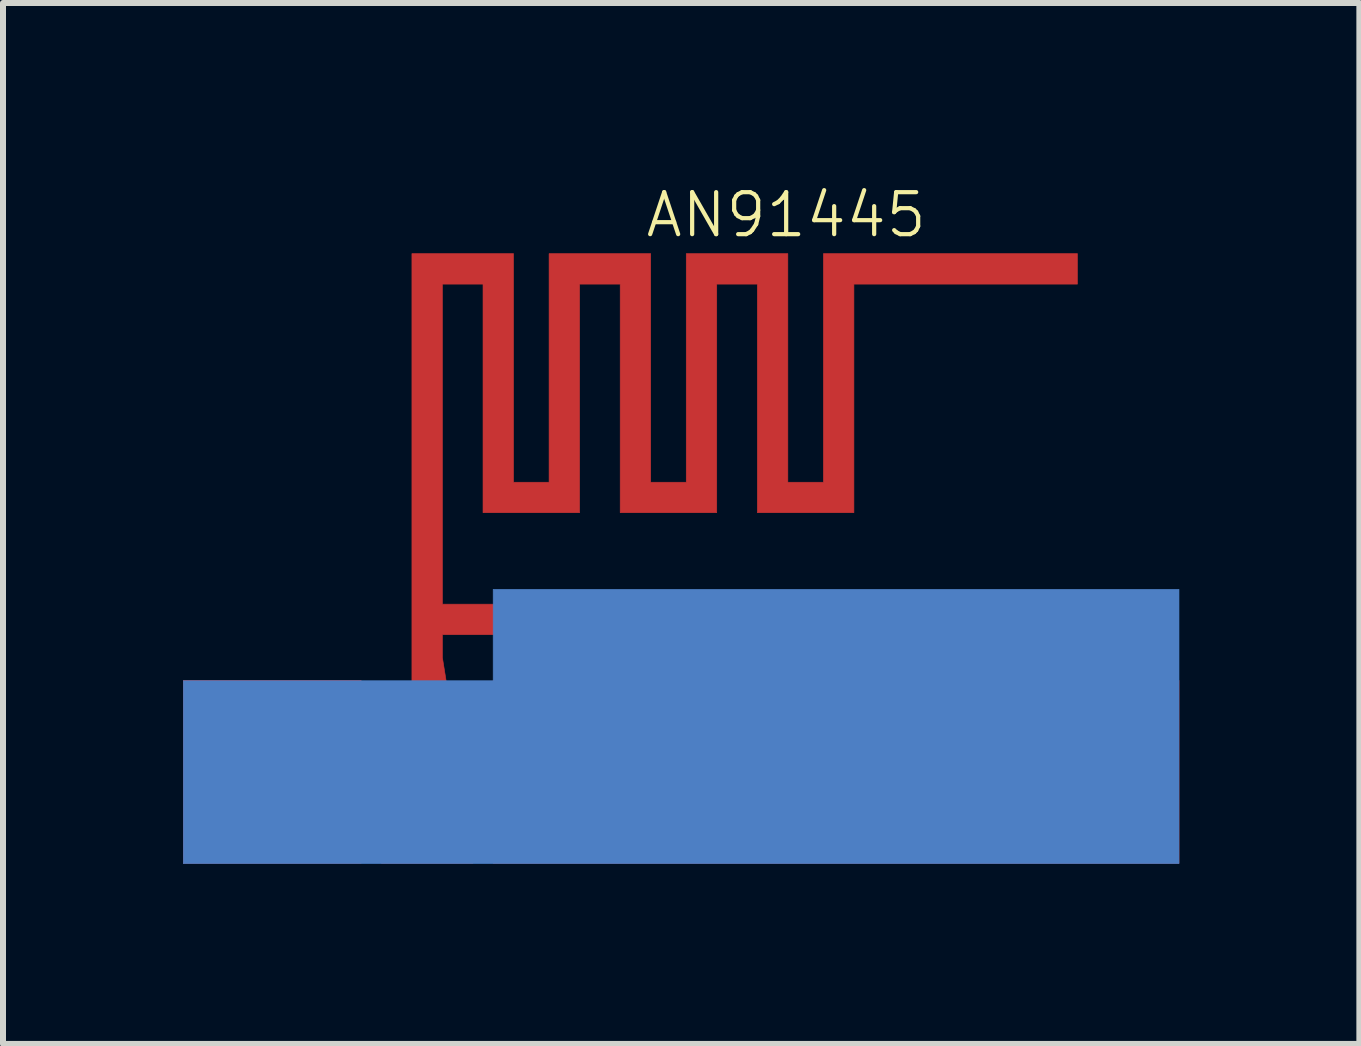
<source format=kicad_pcb>
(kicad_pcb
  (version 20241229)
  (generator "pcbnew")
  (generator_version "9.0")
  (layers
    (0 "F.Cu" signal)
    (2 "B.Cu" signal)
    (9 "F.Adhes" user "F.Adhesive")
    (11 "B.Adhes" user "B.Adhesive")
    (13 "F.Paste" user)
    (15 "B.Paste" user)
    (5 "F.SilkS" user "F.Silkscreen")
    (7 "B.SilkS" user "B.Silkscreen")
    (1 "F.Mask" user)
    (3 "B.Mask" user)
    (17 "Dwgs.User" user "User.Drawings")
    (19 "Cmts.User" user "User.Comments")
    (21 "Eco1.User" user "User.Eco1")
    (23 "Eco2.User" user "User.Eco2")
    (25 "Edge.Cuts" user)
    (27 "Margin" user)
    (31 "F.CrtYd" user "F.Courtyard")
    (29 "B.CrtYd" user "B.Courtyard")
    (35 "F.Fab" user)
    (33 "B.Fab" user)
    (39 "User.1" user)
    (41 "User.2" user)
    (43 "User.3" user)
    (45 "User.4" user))
  (footprint "AN91445"
    (layer "F.Cu")
    (at 8.302 6.257)
    (property "Reference" "AN91445" (at 1.75 -5.725 0) (layer "F.SilkS") (effects (font (size 0.7 0.7) (thickness 0.07))))
    (attr through_hole)
    (fp_poly (pts (xy -5.334 5.08) (xy -8.297 5.08) (xy -8.297 2.032) (xy -5.334 2.032) (xy -5.334 5.08)) (stroke (width 0.01) (type solid)) (fill yes) (layer "F.Cu"))
    (fp_poly (pts (xy 8.297 5.08) (xy -3.133 5.08) (xy -3.133 2.032) (xy 8.297 2.032) (xy 8.297 5.08)) (stroke (width 0.01) (type solid)) (fill yes) (layer "F.Cu"))
    (fp_poly (pts (xy -2.794 -1.27) (xy -2.201 -1.27) (xy -2.201 -5.08) (xy -0.508 -5.08) (xy -0.508 -1.27) (xy 0.085 -1.27) (xy 0.085 -5.08) (xy 1.778 -5.08) (xy 1.778 -1.27) (xy 2.371 -1.27) (xy 2.371 -5.08) (xy 6.604 -5.08) (xy 6.604 -4.572) (xy 2.879 -4.572) (xy 2.879 -0.762) (xy 1.27 -0.762) (xy 1.27 -4.572) (xy 0.593 -4.572) (xy 0.593 -0.762) (xy -1.016 -0.762) (xy -1.016 -4.572) (xy -1.693 -4.572) (xy -1.693 -0.762) (xy -3.302 -0.762) (xy -3.302 -4.572) (xy -3.979 -4.572) (xy -3.979 0.762) (xy 2.963 0.762) (xy 2.963 1.27) (xy -3.979 1.27) (xy -3.979 1.653) (xy -3.908 2.095) (xy -3.725 2.54) (xy -3.617 2.765) (xy -3.545 2.958) (xy -3.501 3.163) (xy -3.48 3.425) (xy -3.472 3.785) (xy -3.471 4.062) (xy -3.471 5.08) (xy -4.995 5.08) (xy -4.995 4.104) (xy -4.992 3.673) (xy -4.978 3.365) (xy -4.946 3.135) (xy -4.886 2.937) (xy -4.792 2.726) (xy -4.741 2.625) (xy -4.487 2.121) (xy -4.487 -5.08) (xy -2.794 -5.08) (xy -2.794 -1.27)) (stroke (width 0.01) (type solid)) (fill yes) (layer "F.Cu"))
    (fp_poly (pts (xy 8.297 5.086) (xy -8.297 5.086) (xy -8.297 2.038) (xy -3.133 2.038) (xy -3.133 0.514) (xy 8.297 0.514) (xy 8.297 5.086)) (stroke (width 0.01) (type solid)) (fill yes) (layer "B.Cu"))
    (pad "1" smd circle (at -4.225 4.525) (size 1 1) (layers "F.Cu" "F.Paste"))
    (pad "2" smd circle (at -6 4.525) (size 1 1) (layers "F.Cu" "F.Paste")))
  (gr_rect
    (start -3 -3)
    (end 19.605 14.348)
    (stroke (width 0.1) (type default))
    (fill no)
    (layer "Edge.Cuts")))
</source>
